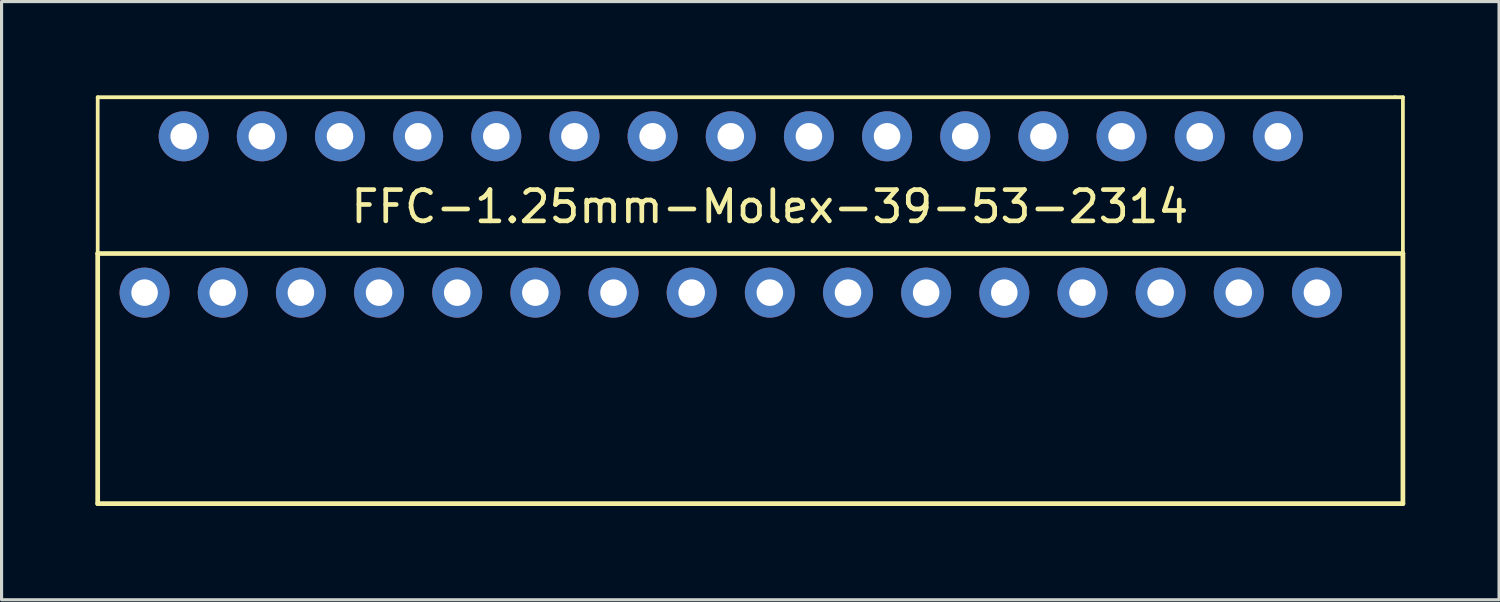
<source format=kicad_pcb>
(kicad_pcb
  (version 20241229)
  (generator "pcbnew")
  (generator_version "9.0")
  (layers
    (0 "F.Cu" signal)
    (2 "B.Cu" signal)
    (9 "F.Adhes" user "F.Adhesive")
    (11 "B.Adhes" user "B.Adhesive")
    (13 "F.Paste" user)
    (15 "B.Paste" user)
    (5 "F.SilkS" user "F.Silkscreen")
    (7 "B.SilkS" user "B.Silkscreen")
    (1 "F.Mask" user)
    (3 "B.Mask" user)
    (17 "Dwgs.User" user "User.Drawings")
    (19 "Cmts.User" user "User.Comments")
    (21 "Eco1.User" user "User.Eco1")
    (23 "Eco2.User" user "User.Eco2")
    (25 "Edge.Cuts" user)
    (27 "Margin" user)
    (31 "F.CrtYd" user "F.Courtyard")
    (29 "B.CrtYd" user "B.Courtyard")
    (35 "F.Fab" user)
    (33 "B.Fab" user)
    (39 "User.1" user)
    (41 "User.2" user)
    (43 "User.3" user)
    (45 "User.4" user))
  (footprint "FFC-1.25mm-Molex-39-53-2314"
    (layer "F.Cu")
    (at 21.575 5.06)
    (property "Reference" "FFC-1.25mm-Molex-39-53-2314" (at 0 -1.5 0) (layer "F.SilkS") (effects (font (size 1 1) (thickness 0.15))))
    (attr through_hole)
    (fp_line (start -21.5 -5) (end 20 -5) (stroke (width 0.12) (type solid)) (layer "F.SilkS"))
    (fp_line (start -21.5 0) (end -21.5 -5) (stroke (width 0.12) (type solid)) (layer "F.SilkS"))
    (fp_line (start -21.5 0) (end -21.5 8) (stroke (width 0.15) (type solid)) (layer "F.SilkS"))
    (fp_line (start -21.5 8) (end 20.25 8) (stroke (width 0.15) (type solid)) (layer "F.SilkS"))
    (fp_line (start 20.25 -5) (end 20 -5) (stroke (width 0.12) (type solid)) (layer "F.SilkS"))
    (fp_line (start 20.25 0) (end -21.5 0) (stroke (width 0.15) (type solid)) (layer "F.SilkS"))
    (fp_line (start 20.25 0) (end 20.25 -5) (stroke (width 0.12) (type solid)) (layer "F.SilkS"))
    (fp_line (start 20.25 8) (end 20.25 0) (stroke (width 0.15) (type solid)) (layer "F.SilkS"))
    (pad "1" thru_hole circle (at -20 1.25) (size 1.6 1.6) (drill 0.85) (layers "*.Cu" "*.Mask"))
    (pad "2" thru_hole circle (at -18.75 -3.75) (size 1.6 1.6) (drill 0.85) (layers "*.Cu" "*.Mask"))
    (pad "3" thru_hole circle (at -17.5 1.25) (size 1.6 1.6) (drill 0.85) (layers "*.Cu" "*.Mask"))
    (pad "4" thru_hole circle (at -16.25 -3.75) (size 1.6 1.6) (drill 0.85) (layers "*.Cu" "*.Mask"))
    (pad "5" thru_hole circle (at -15 1.25) (size 1.6 1.6) (drill 0.85) (layers "*.Cu" "*.Mask"))
    (pad "6" thru_hole circle (at -13.75 -3.75) (size 1.6 1.6) (drill 0.85) (layers "*.Cu" "*.Mask"))
    (pad "7" thru_hole circle (at -12.5 1.25) (size 1.6 1.6) (drill 0.85) (layers "*.Cu" "*.Mask"))
    (pad "8" thru_hole circle (at -11.25 -3.75) (size 1.6 1.6) (drill 0.85) (layers "*.Cu" "*.Mask"))
    (pad "9" thru_hole circle (at -10 1.25) (size 1.6 1.6) (drill 0.85) (layers "*.Cu" "*.Mask"))
    (pad "10" thru_hole circle (at -8.75 -3.75) (size 1.6 1.6) (drill 0.85) (layers "*.Cu" "*.Mask"))
    (pad "11" thru_hole circle (at -7.5 1.25) (size 1.6 1.6) (drill 0.85) (layers "*.Cu" "*.Mask"))
    (pad "12" thru_hole circle (at -6.25 -3.75) (size 1.6 1.6) (drill 0.85) (layers "*.Cu" "*.Mask"))
    (pad "13" thru_hole circle (at -5 1.25) (size 1.6 1.6) (drill 0.85) (layers "*.Cu" "*.Mask"))
    (pad "14" thru_hole circle (at -3.75 -3.75) (size 1.6 1.6) (drill 0.85) (layers "*.Cu" "*.Mask"))
    (pad "15" thru_hole circle (at -2.5 1.25) (size 1.6 1.6) (drill 0.85) (layers "*.Cu" "*.Mask"))
    (pad "16" thru_hole circle (at -1.25 -3.75) (size 1.6 1.6) (drill 0.85) (layers "*.Cu" "*.Mask"))
    (pad "17" thru_hole circle (at 0 1.25) (size 1.6 1.6) (drill 0.85) (layers "*.Cu" "*.Mask"))
    (pad "18" thru_hole circle (at 1.25 -3.75) (size 1.6 1.6) (drill 0.85) (layers "*.Cu" "*.Mask"))
    (pad "19" thru_hole circle (at 2.5 1.25) (size 1.6 1.6) (drill 0.85) (layers "*.Cu" "*.Mask"))
    (pad "20" thru_hole circle (at 3.75 -3.75) (size 1.6 1.6) (drill 0.85) (layers "*.Cu" "*.Mask"))
    (pad "21" thru_hole circle (at 5 1.25) (size 1.6 1.6) (drill 0.85) (layers "*.Cu" "*.Mask"))
    (pad "22" thru_hole circle (at 6.25 -3.75) (size 1.6 1.6) (drill 0.85) (layers "*.Cu" "*.Mask"))
    (pad "23" thru_hole circle (at 7.5 1.25) (size 1.6 1.6) (drill 0.85) (layers "*.Cu" "*.Mask"))
    (pad "24" thru_hole circle (at 8.75 -3.75) (size 1.6 1.6) (drill 0.85) (layers "*.Cu" "*.Mask"))
    (pad "25" thru_hole circle (at 10 1.25) (size 1.6 1.6) (drill 0.85) (layers "*.Cu" "*.Mask"))
    (pad "26" thru_hole circle (at 11.25 -3.75) (size 1.6 1.6) (drill 0.85) (layers "*.Cu" "*.Mask"))
    (pad "27" thru_hole circle (at 12.5 1.25) (size 1.6 1.6) (drill 0.85) (layers "*.Cu" "*.Mask"))
    (pad "28" thru_hole circle (at 13.75 -3.75) (size 1.6 1.6) (drill 0.85) (layers "*.Cu" "*.Mask"))
    (pad "29" thru_hole circle (at 15 1.25) (size 1.6 1.6) (drill 0.85) (layers "*.Cu" "*.Mask"))
    (pad "30" thru_hole circle (at 16.25 -3.75) (size 1.6 1.6) (drill 0.85) (layers "*.Cu" "*.Mask"))
    (pad "31" thru_hole circle (at 17.5 1.25) (size 1.6 1.6) (drill 0.85) (layers "*.Cu" "*.Mask")))
  (gr_rect
    (start -3 -3)
    (end 44.9 16.135)
    (stroke (width 0.1) (type default))
    (fill no)
    (layer "Edge.Cuts")))
</source>
